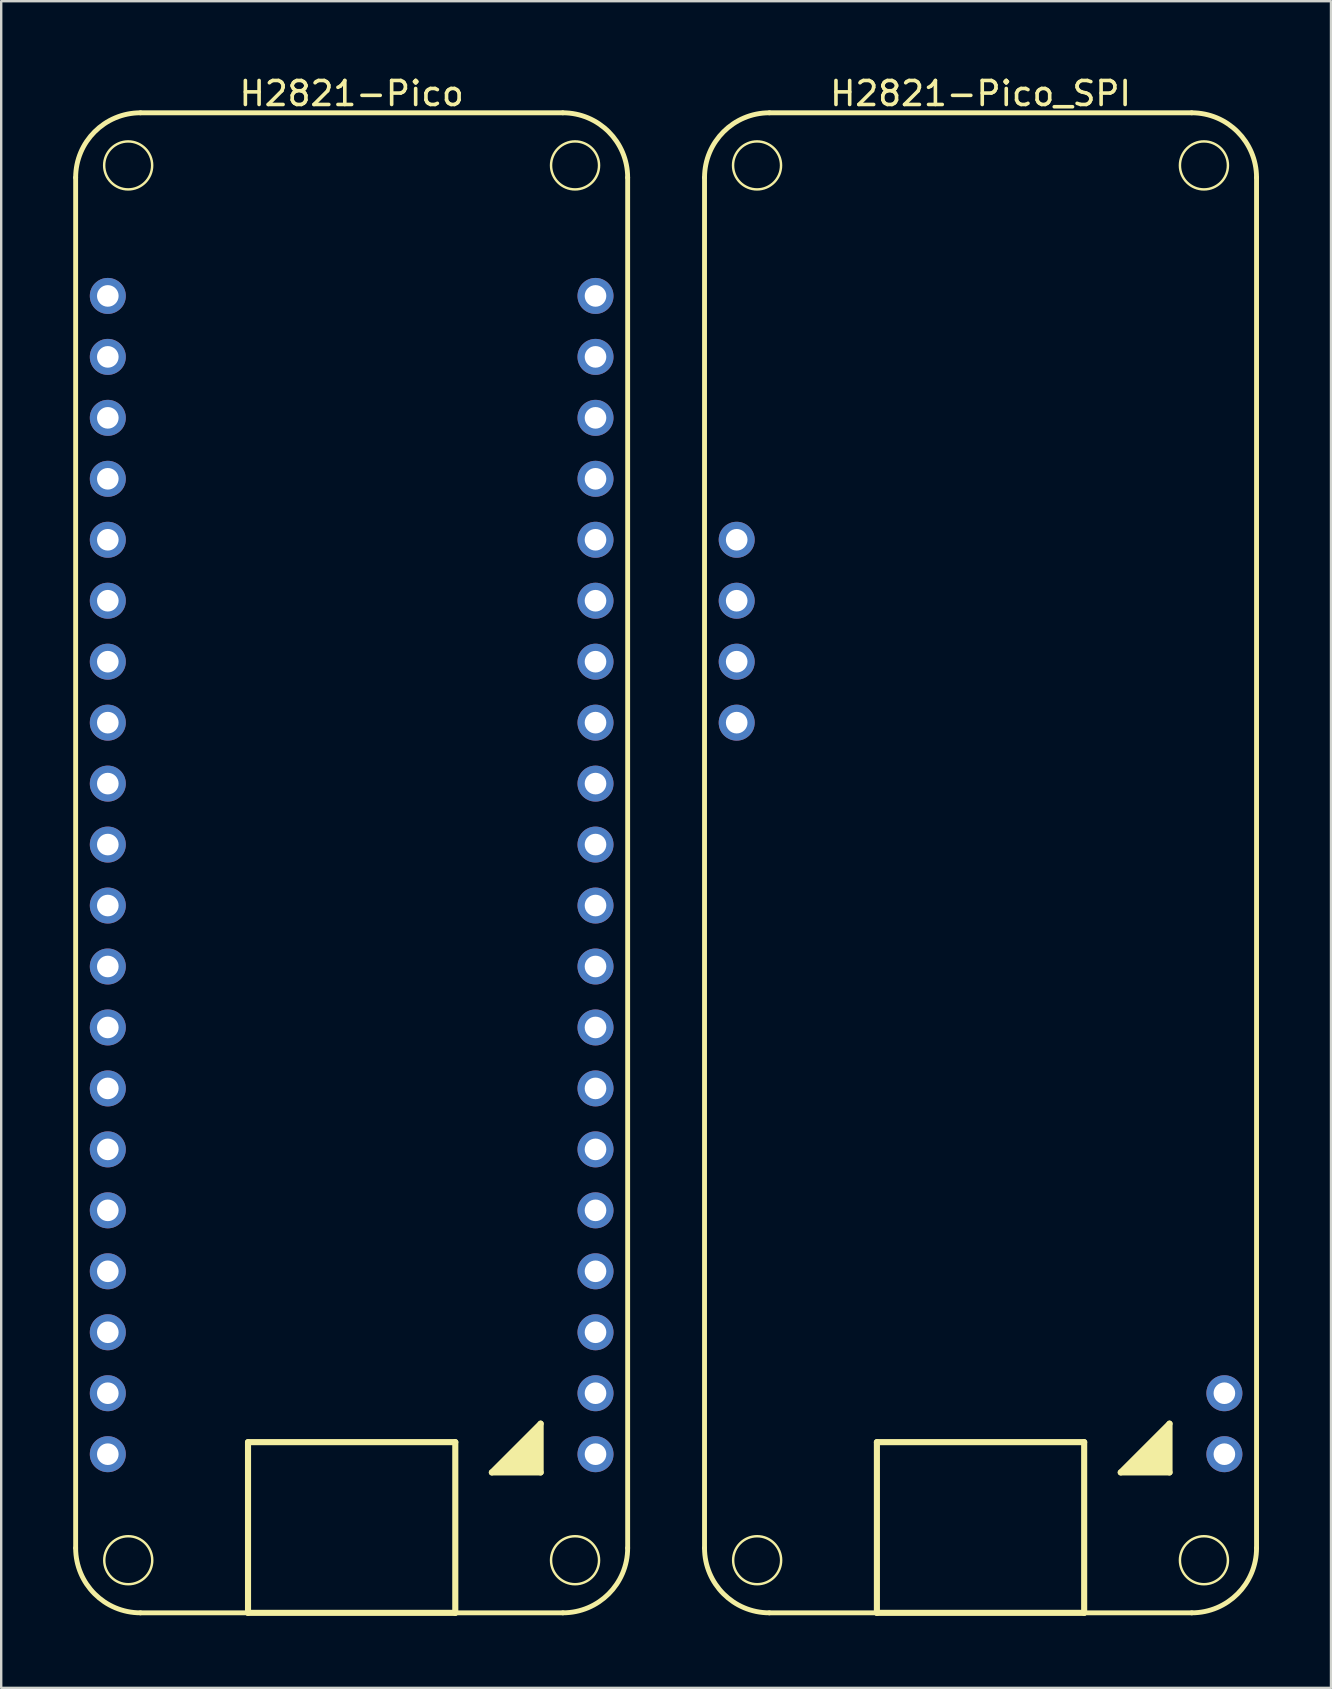
<source format=kicad_pcb>
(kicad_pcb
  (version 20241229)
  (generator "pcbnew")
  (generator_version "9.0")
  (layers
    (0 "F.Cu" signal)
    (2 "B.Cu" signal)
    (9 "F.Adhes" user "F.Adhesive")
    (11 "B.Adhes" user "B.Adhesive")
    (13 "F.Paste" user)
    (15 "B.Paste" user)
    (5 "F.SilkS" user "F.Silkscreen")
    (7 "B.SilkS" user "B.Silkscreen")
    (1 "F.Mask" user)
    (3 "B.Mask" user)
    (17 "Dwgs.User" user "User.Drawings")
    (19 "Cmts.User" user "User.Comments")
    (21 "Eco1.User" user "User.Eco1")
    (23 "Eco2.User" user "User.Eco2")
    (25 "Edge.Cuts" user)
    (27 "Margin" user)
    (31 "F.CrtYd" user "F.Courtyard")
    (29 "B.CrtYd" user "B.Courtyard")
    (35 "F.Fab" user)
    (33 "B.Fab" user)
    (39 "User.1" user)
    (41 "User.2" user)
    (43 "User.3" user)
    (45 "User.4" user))
  (footprint "H2821-Pico"
    (layer "F.Cu")
    (at 11.602 33.41)
    (property "Reference" "H2821-Pico" (at 0 -32.562 0) (layer "F.SilkS") (effects (font (size 1 1) (thickness 0.15))))
    (fp_line (start -11.5 -29.06) (end -11.5 28.04) (stroke (width 0.203) (type solid)) (layer "F.SilkS"))
    (fp_line (start -8.8 -31.76) (end 8.8 -31.76) (stroke (width 0.203) (type solid)) (layer "F.SilkS"))
    (fp_line (start -8.8 30.74) (end 8.8 30.74) (stroke (width 0.203) (type solid)) (layer "F.SilkS"))
    (fp_line (start -4.318 23.628) (end 4.318 23.628) (stroke (width 0.254) (type solid)) (layer "F.SilkS"))
    (fp_line (start -4.318 30.74) (end -4.318 23.628) (stroke (width 0.254) (type solid)) (layer "F.SilkS"))
    (fp_line (start -4.318 30.74) (end 4.318 30.74) (stroke (width 0.254) (type solid)) (layer "F.SilkS"))
    (fp_line (start 4.318 30.74) (end 4.318 23.628) (stroke (width 0.254) (type solid)) (layer "F.SilkS"))
    (fp_line (start 5.842 24.89) (end 7.874 22.858) (stroke (width 0.254) (type solid)) (layer "F.SilkS"))
    (fp_line (start 5.842 24.89) (end 7.874 24.89) (stroke (width 0.254) (type solid)) (layer "F.SilkS"))
    (fp_line (start 7.874 24.89) (end 7.874 22.858) (stroke (width 0.254) (type solid)) (layer "F.SilkS"))
    (fp_line (start 11.5 28.04) (end 11.5 -29.06) (stroke (width 0.203) (type solid)) (layer "F.SilkS"))
    (fp_arc (start -11.49998 -29.06) (mid -10.709168 -30.969188) (end -8.79998 -31.76) (stroke (width 0.2032) (type solid)) (layer "F.SilkS"))
    (fp_arc (start -8.79998 30.74) (mid -10.709168 29.949188) (end -11.49998 28.04) (stroke (width 0.2032) (type solid)) (layer "F.SilkS"))
    (fp_arc (start 8.80003 -31.76) (mid 10.709218 -30.969188) (end 11.50003 -29.06) (stroke (width 0.2032) (type solid)) (layer "F.SilkS"))
    (fp_arc (start 11.50003 28.04) (mid 10.709218 29.949188) (end 8.80003 30.74) (stroke (width 0.2032) (type solid)) (layer "F.SilkS"))
    (fp_circle (center -9.312 -29.568) (end -9.312 -30.568) (stroke (width 0.102) (type solid)) (fill no) (layer "F.SilkS"))
    (fp_circle (center -9.308 28.548) (end -9.308 27.548) (stroke (width 0.102) (type solid)) (fill no) (layer "F.SilkS"))
    (fp_circle (center 9.308 -29.568) (end 9.308 -30.568) (stroke (width 0.102) (type solid)) (fill no) (layer "F.SilkS"))
    (fp_circle (center 9.308 28.548) (end 9.308 27.548) (stroke (width 0.102) (type solid)) (fill no) (layer "F.SilkS"))
    (fp_poly (pts (xy 5.842 24.89) (xy 7.874 24.89) (xy 7.874 22.858)) (stroke (width 0) (type default)) (fill yes) (layer "F.SilkS"))
    (pad "1" thru_hole circle (at 10.16 24.13 270) (size 1.5 1.5) (drill 0.9) (layers "*.Cu" "*.Mask"))
    (pad "2" thru_hole circle (at 10.16 21.59 270) (size 1.5 1.5) (drill 0.9) (layers "*.Cu" "*.Mask"))
    (pad "3" thru_hole circle (at 10.16 19.05 270) (size 1.5 1.5) (drill 0.9) (layers "*.Cu" "*.Mask"))
    (pad "4" thru_hole circle (at 10.16 16.51 270) (size 1.5 1.5) (drill 0.9) (layers "*.Cu" "*.Mask"))
    (pad "5" thru_hole circle (at 10.16 13.97 270) (size 1.5 1.5) (drill 0.9) (layers "*.Cu" "*.Mask"))
    (pad "6" thru_hole circle (at 10.16 11.43 270) (size 1.5 1.5) (drill 0.9) (layers "*.Cu" "*.Mask"))
    (pad "7" thru_hole circle (at 10.16 8.89 270) (size 1.5 1.5) (drill 0.9) (layers "*.Cu" "*.Mask"))
    (pad "8" thru_hole circle (at 10.16 6.35 270) (size 1.5 1.5) (drill 0.9) (layers "*.Cu" "*.Mask"))
    (pad "9" thru_hole circle (at 10.16 3.81 270) (size 1.5 1.5) (drill 0.9) (layers "*.Cu" "*.Mask"))
    (pad "10" thru_hole circle (at 10.16 1.27 270) (size 1.5 1.5) (drill 0.9) (layers "*.Cu" "*.Mask"))
    (pad "11" thru_hole circle (at 10.16 -1.27 270) (size 1.5 1.5) (drill 0.9) (layers "*.Cu" "*.Mask"))
    (pad "12" thru_hole circle (at 10.16 -3.81 270) (size 1.5 1.5) (drill 0.9) (layers "*.Cu" "*.Mask"))
    (pad "13" thru_hole circle (at 10.16 -6.35 270) (size 1.5 1.5) (drill 0.9) (layers "*.Cu" "*.Mask"))
    (pad "14" thru_hole circle (at 10.16 -8.89 270) (size 1.5 1.5) (drill 0.9) (layers "*.Cu" "*.Mask"))
    (pad "15" thru_hole circle (at 10.16 -11.43 270) (size 1.5 1.5) (drill 0.9) (layers "*.Cu" "*.Mask"))
    (pad "16" thru_hole circle (at 10.16 -13.97 270) (size 1.5 1.5) (drill 0.9) (layers "*.Cu" "*.Mask"))
    (pad "17" thru_hole circle (at 10.16 -16.51 270) (size 1.5 1.5) (drill 0.9) (layers "*.Cu" "*.Mask"))
    (pad "18" thru_hole circle (at 10.16 -19.05 270) (size 1.5 1.5) (drill 0.9) (layers "*.Cu" "*.Mask"))
    (pad "19" thru_hole circle (at 10.16 -21.59 270) (size 1.5 1.5) (drill 0.9) (layers "*.Cu" "*.Mask"))
    (pad "20" thru_hole circle (at 10.16 -24.13 270) (size 1.5 1.5) (drill 0.9) (layers "*.Cu" "*.Mask"))
    (pad "21" thru_hole circle (at -10.16 -24.13 90) (size 1.5 1.5) (drill 0.9) (layers "*.Cu" "*.Mask"))
    (pad "22" thru_hole circle (at -10.16 -21.59 90) (size 1.5 1.5) (drill 0.9) (layers "*.Cu" "*.Mask"))
    (pad "23" thru_hole circle (at -10.16 -19.05 90) (size 1.5 1.5) (drill 0.9) (layers "*.Cu" "*.Mask"))
    (pad "24" thru_hole circle (at -10.16 -16.51 90) (size 1.5 1.5) (drill 0.9) (layers "*.Cu" "*.Mask"))
    (pad "25" thru_hole circle (at -10.16 -13.97 90) (size 1.5 1.5) (drill 0.9) (layers "*.Cu" "*.Mask"))
    (pad "26" thru_hole circle (at -10.16 -11.43 90) (size 1.5 1.5) (drill 0.9) (layers "*.Cu" "*.Mask"))
    (pad "27" thru_hole circle (at -10.16 -8.89 90) (size 1.5 1.5) (drill 0.9) (layers "*.Cu" "*.Mask"))
    (pad "28" thru_hole circle (at -10.16 -6.35 90) (size 1.5 1.5) (drill 0.9) (layers "*.Cu" "*.Mask"))
    (pad "29" thru_hole circle (at -10.16 -3.81 90) (size 1.5 1.5) (drill 0.9) (layers "*.Cu" "*.Mask"))
    (pad "30" thru_hole circle (at -10.16 -1.27 90) (size 1.5 1.5) (drill 0.9) (layers "*.Cu" "*.Mask"))
    (pad "31" thru_hole circle (at -10.16 1.27 90) (size 1.5 1.5) (drill 0.9) (layers "*.Cu" "*.Mask"))
    (pad "32" thru_hole circle (at -10.16 3.81 90) (size 1.5 1.5) (drill 0.9) (layers "*.Cu" "*.Mask"))
    (pad "33" thru_hole circle (at -10.16 6.35 90) (size 1.5 1.5) (drill 0.9) (layers "*.Cu" "*.Mask"))
    (pad "34" thru_hole circle (at -10.16 8.89 90) (size 1.5 1.5) (drill 0.9) (layers "*.Cu" "*.Mask"))
    (pad "35" thru_hole circle (at -10.16 11.43 90) (size 1.5 1.5) (drill 0.9) (layers "*.Cu" "*.Mask"))
    (pad "36" thru_hole circle (at -10.16 13.97 90) (size 1.5 1.5) (drill 0.9) (layers "*.Cu" "*.Mask"))
    (pad "37" thru_hole circle (at -10.16 16.51 90) (size 1.5 1.5) (drill 0.9) (layers "*.Cu" "*.Mask"))
    (pad "38" thru_hole circle (at -10.16 19.05 90) (size 1.5 1.5) (drill 0.9) (layers "*.Cu" "*.Mask"))
    (pad "39" thru_hole circle (at -10.16 21.59 90) (size 1.5 1.5) (drill 0.9) (layers "*.Cu" "*.Mask"))
    (pad "40" thru_hole circle (at -10.16 24.13 90) (size 1.5 1.5) (drill 0.9) (layers "*.Cu" "*.Mask")))
  (footprint "H2821-Pico_SPI"
    (layer "F.Cu")
    (at 37.805 33.41)
    (property "Reference" "H2821-Pico_SPI" (at 0 -32.562 0) (layer "F.SilkS") (effects (font (size 1 1) (thickness 0.15))))
    (fp_line (start -11.5 -29.06) (end -11.5 28.04) (stroke (width 0.203) (type solid)) (layer "F.SilkS"))
    (fp_line (start -8.8 -31.76) (end 8.8 -31.76) (stroke (width 0.203) (type solid)) (layer "F.SilkS"))
    (fp_line (start -8.8 30.74) (end 8.8 30.74) (stroke (width 0.203) (type solid)) (layer "F.SilkS"))
    (fp_line (start -4.318 23.628) (end 4.318 23.628) (stroke (width 0.254) (type solid)) (layer "F.SilkS"))
    (fp_line (start -4.318 30.74) (end -4.318 23.628) (stroke (width 0.254) (type solid)) (layer "F.SilkS"))
    (fp_line (start -4.318 30.74) (end 4.318 30.74) (stroke (width 0.254) (type solid)) (layer "F.SilkS"))
    (fp_line (start 4.318 30.74) (end 4.318 23.628) (stroke (width 0.254) (type solid)) (layer "F.SilkS"))
    (fp_line (start 5.842 24.89) (end 7.874 22.858) (stroke (width 0.254) (type solid)) (layer "F.SilkS"))
    (fp_line (start 5.842 24.89) (end 7.874 24.89) (stroke (width 0.254) (type solid)) (layer "F.SilkS"))
    (fp_line (start 7.874 24.89) (end 7.874 22.858) (stroke (width 0.254) (type solid)) (layer "F.SilkS"))
    (fp_line (start 11.5 28.04) (end 11.5 -29.06) (stroke (width 0.203) (type solid)) (layer "F.SilkS"))
    (fp_arc (start -11.49998 -29.06) (mid -10.709168 -30.969188) (end -8.79998 -31.76) (stroke (width 0.2032) (type solid)) (layer "F.SilkS"))
    (fp_arc (start -8.79998 30.74) (mid -10.709168 29.949188) (end -11.49998 28.04) (stroke (width 0.2032) (type solid)) (layer "F.SilkS"))
    (fp_arc (start 8.80003 -31.76) (mid 10.709218 -30.969188) (end 11.50003 -29.06) (stroke (width 0.2032) (type solid)) (layer "F.SilkS"))
    (fp_arc (start 11.50003 28.04) (mid 10.709218 29.949188) (end 8.80003 30.74) (stroke (width 0.2032) (type solid)) (layer "F.SilkS"))
    (fp_circle (center -9.312 -29.568) (end -9.312 -30.568) (stroke (width 0.102) (type solid)) (fill no) (layer "F.SilkS"))
    (fp_circle (center -9.308 28.548) (end -9.308 27.548) (stroke (width 0.102) (type solid)) (fill no) (layer "F.SilkS"))
    (fp_circle (center 9.308 -29.568) (end 9.308 -30.568) (stroke (width 0.102) (type solid)) (fill no) (layer "F.SilkS"))
    (fp_circle (center 9.308 28.548) (end 9.308 27.548) (stroke (width 0.102) (type solid)) (fill no) (layer "F.SilkS"))
    (fp_poly (pts (xy 5.842 24.89) (xy 7.874 24.89) (xy 7.874 22.858)) (stroke (width 0) (type default)) (fill yes) (layer "F.SilkS"))
    (pad "1" thru_hole circle (at 10.16 24.13 270) (size 1.5 1.5) (drill 0.9) (layers "*.Cu" "*.Mask"))
    (pad "2" thru_hole circle (at 10.16 21.59 270) (size 1.5 1.5) (drill 0.9) (layers "*.Cu" "*.Mask"))
    (pad "25" thru_hole circle (at -10.16 -13.97 90) (size 1.5 1.5) (drill 0.9) (layers "*.Cu" "*.Mask"))
    (pad "26" thru_hole circle (at -10.16 -11.43 90) (size 1.5 1.5) (drill 0.9) (layers "*.Cu" "*.Mask"))
    (pad "27" thru_hole circle (at -10.16 -8.89 90) (size 1.5 1.5) (drill 0.9) (layers "*.Cu" "*.Mask"))
    (pad "28" thru_hole circle (at -10.16 -6.35 90) (size 1.5 1.5) (drill 0.9) (layers "*.Cu" "*.Mask")))
  (gr_rect
    (start -3 -3)
    (end 52.407 67.277)
    (stroke (width 0.1) (type default))
    (fill no)
    (layer "Edge.Cuts")))
</source>
